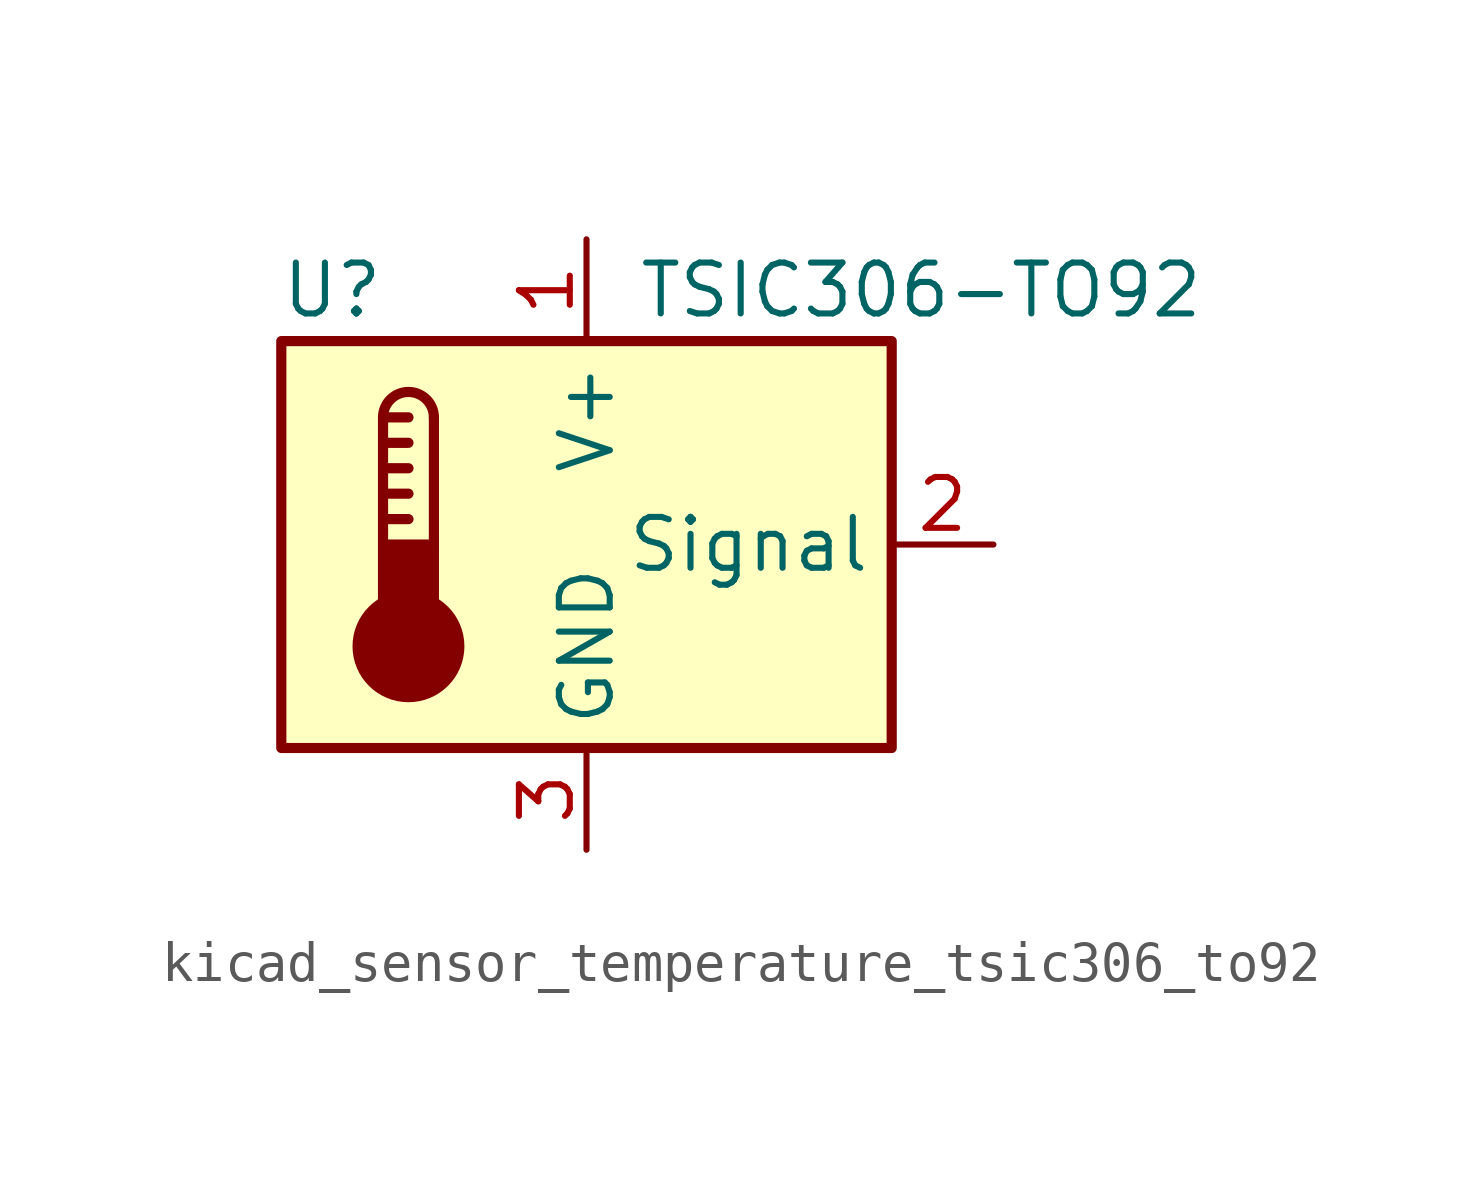
<source format=kicad_sym>
(kicad_symbol_lib
  (version 20220914)
  (generator kicad_symbol_editor)
  (symbol "kicad_sensor_temperature_tsic306_to92"
    (property "Reference" "U"
      (at -6.35 6.35 0)
      (effects (font (size 1.27 1.27))))
    (property "Value" "TSIC306-TO92"
      (at 1.27 6.35 0)
      (effects (font (size 1.27 1.27)) (justify left)))
    (symbol "kicad_sensor_temperature_tsic306_to92_0_1"
      (rectangle (start -7.62 5.08) (end 7.62 -5.08) (stroke (width 0.254) (type default)) (fill (type background)))
      (circle (center -4.445 -2.54) (radius 1.27) (stroke (width 0.254) (type default)) (fill (type outline)))
      (rectangle (start -3.81 -1.905) (end -5.08 0) (stroke (width 0.254) (type default)) (fill (type outline)))
      (arc (start -3.81 3.175) (mid -4.445 3.8073) (end -5.08 3.175) (stroke (width 0.254) (type default)) (fill (type none)))
      (polyline (pts (xy -5.08 0.635) (xy -4.445 0.635)) (stroke (width 0.254) (type default)) (fill (type none)))
      (polyline (pts (xy -5.08 1.27) (xy -4.445 1.27)) (stroke (width 0.254) (type default)) (fill (type none)))
      (polyline (pts (xy -5.08 1.905) (xy -4.445 1.905)) (stroke (width 0.254) (type default)) (fill (type none)))
      (polyline (pts (xy -5.08 2.54) (xy -4.445 2.54)) (stroke (width 0.254) (type default)) (fill (type none)))
      (polyline (pts (xy -5.08 3.175) (xy -5.08 0)) (stroke (width 0.254) (type default)) (fill (type none)))
      (polyline (pts (xy -5.08 3.175) (xy -4.445 3.175)) (stroke (width 0.254) (type default)) (fill (type none)))
      (polyline (pts (xy -3.81 3.175) (xy -3.81 0)) (stroke (width 0.254) (type default)) (fill (type none))))
    (symbol "kicad_sensor_temperature_tsic306_to92_1_1"
      (pin power_in line (at 0 7.62 270) (length 2.54) (name "V+" (effects (font (size 1.27 1.27)))) (number "1" (effects (font (size 1.27 1.27)))))
      (pin output line (at 10.16 0 180) (length 2.54) (name "Signal" (effects (font (size 1.27 1.27)))) (number "2" (effects (font (size 1.27 1.27)))))
      (pin power_in line (at 0 -7.62 90) (length 2.54) (name "GND" (effects (font (size 1.27 1.27)))) (number "3" (effects (font (size 1.27 1.27))))))))
</source>
